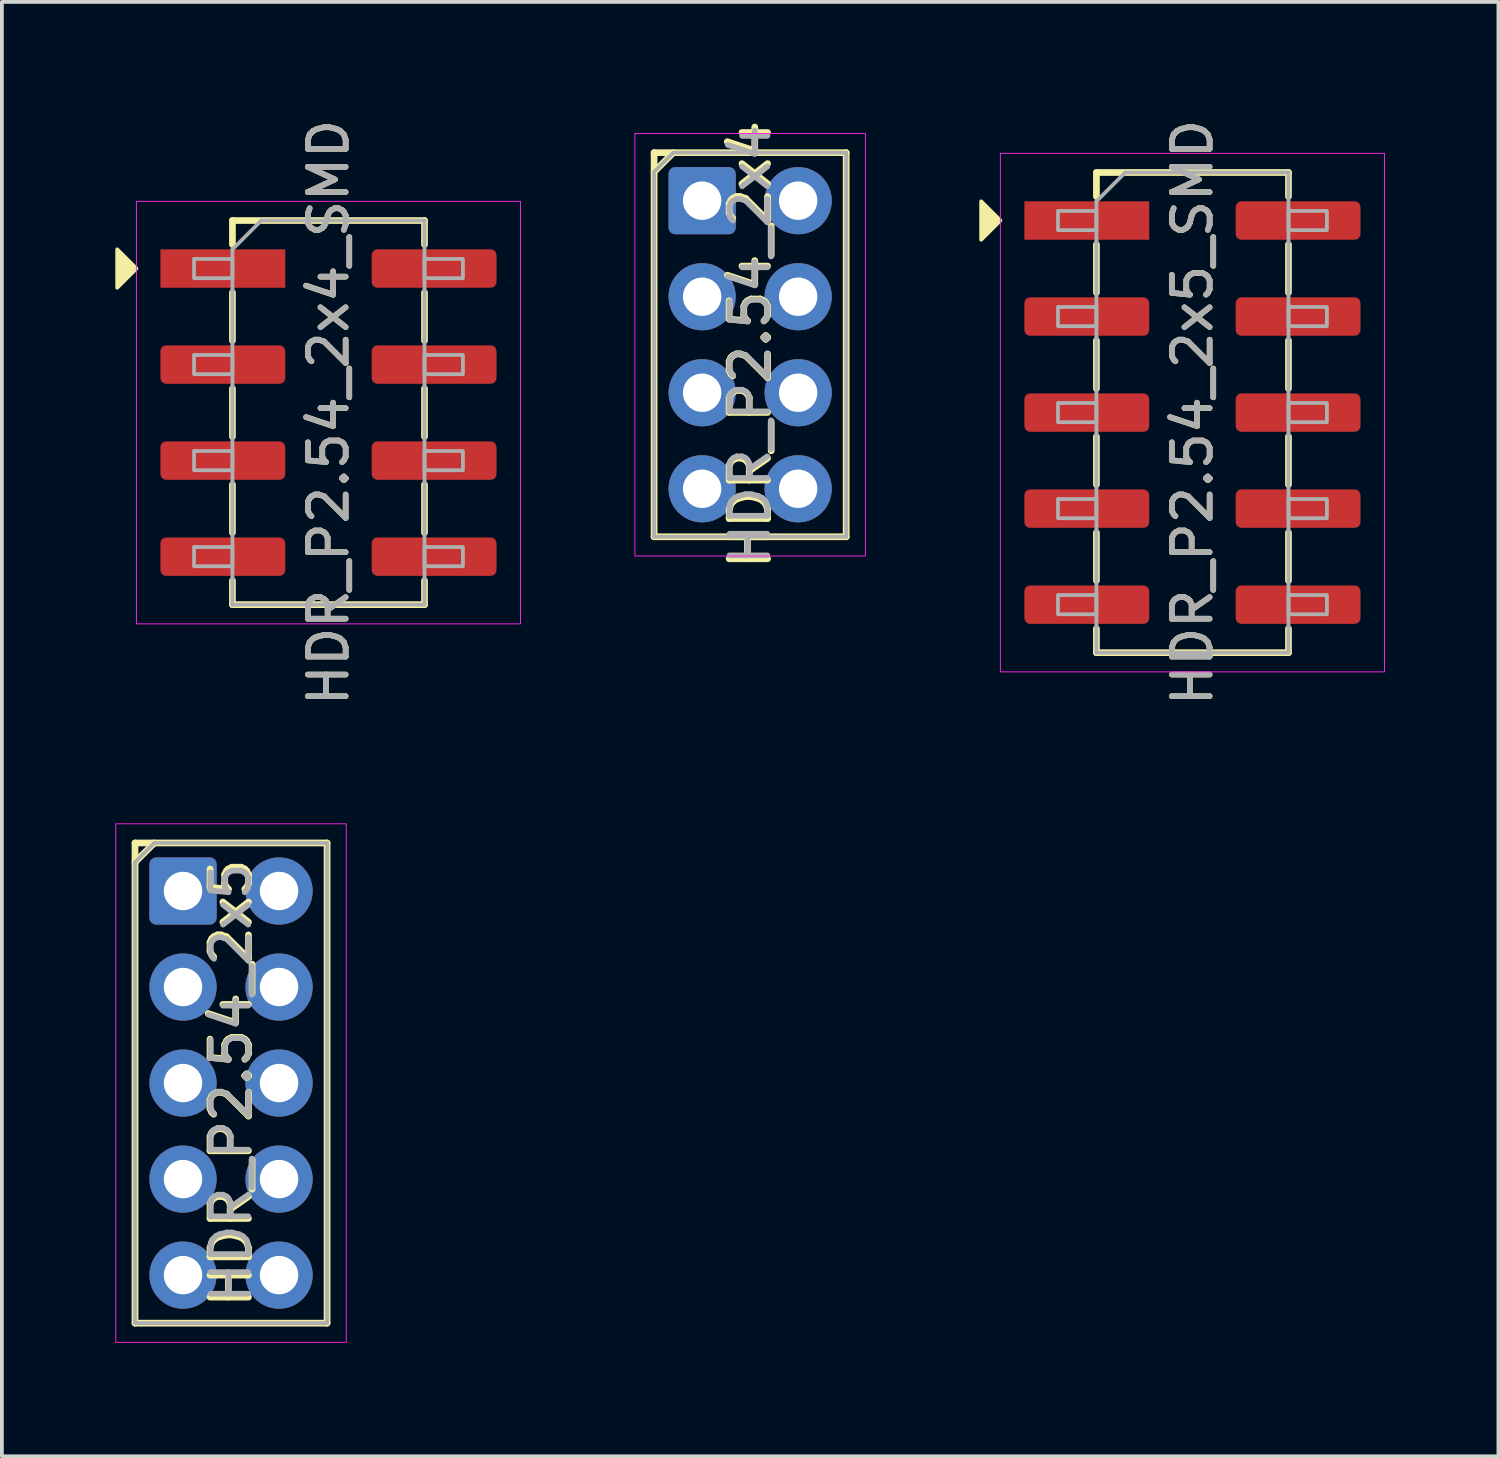
<source format=kicad_pcb>
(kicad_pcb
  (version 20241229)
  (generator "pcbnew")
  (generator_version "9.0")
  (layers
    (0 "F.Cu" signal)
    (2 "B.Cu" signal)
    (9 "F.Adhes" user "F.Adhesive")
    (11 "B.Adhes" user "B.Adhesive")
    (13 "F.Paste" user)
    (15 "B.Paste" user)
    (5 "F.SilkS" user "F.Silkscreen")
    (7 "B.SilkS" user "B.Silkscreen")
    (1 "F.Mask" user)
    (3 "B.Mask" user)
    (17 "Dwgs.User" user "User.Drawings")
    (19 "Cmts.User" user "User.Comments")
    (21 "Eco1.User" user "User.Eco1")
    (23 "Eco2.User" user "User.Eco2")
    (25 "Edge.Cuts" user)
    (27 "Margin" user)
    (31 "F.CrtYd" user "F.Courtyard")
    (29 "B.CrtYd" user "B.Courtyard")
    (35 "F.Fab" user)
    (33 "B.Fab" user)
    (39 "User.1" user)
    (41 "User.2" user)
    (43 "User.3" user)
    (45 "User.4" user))
  (footprint "HDR_P2.54_2x5_SMD"
    (layer "F.Cu")
    (at 28.49 7.863)
    (property "Reference" "HDR_P2.54_2x5_SMD" (at 0 0 90) (layer "F.SilkS") (effects (font (size 1 1) (thickness 0.15))))
    (attr smd)
    (fp_line (start -2.54 -6.35) (end -2.54 -5.715) (stroke (width 0.178) (type solid)) (layer "F.SilkS"))
    (fp_line (start -2.54 -3.175) (end -2.54 -4.445) (stroke (width 0.178) (type solid)) (layer "F.SilkS"))
    (fp_line (start -2.54 -0.635) (end -2.54 -1.905) (stroke (width 0.178) (type solid)) (layer "F.SilkS"))
    (fp_line (start -2.54 1.905) (end -2.54 0.635) (stroke (width 0.178) (type solid)) (layer "F.SilkS"))
    (fp_line (start -2.54 4.445) (end -2.54 3.175) (stroke (width 0.178) (type solid)) (layer "F.SilkS"))
    (fp_line (start -2.54 6.35) (end -2.54 5.715) (stroke (width 0.178) (type solid)) (layer "F.SilkS"))
    (fp_line (start 2.54 -6.35) (end -2.54 -6.35) (stroke (width 0.178) (type solid)) (layer "F.SilkS"))
    (fp_line (start 2.54 -5.715) (end 2.54 -6.35) (stroke (width 0.178) (type solid)) (layer "F.SilkS"))
    (fp_line (start 2.54 -3.175) (end 2.54 -4.445) (stroke (width 0.178) (type solid)) (layer "F.SilkS"))
    (fp_line (start 2.54 -0.635) (end 2.54 -1.905) (stroke (width 0.178) (type solid)) (layer "F.SilkS"))
    (fp_line (start 2.54 1.905) (end 2.54 0.635) (stroke (width 0.178) (type solid)) (layer "F.SilkS"))
    (fp_line (start 2.54 4.445) (end 2.54 3.175) (stroke (width 0.178) (type solid)) (layer "F.SilkS"))
    (fp_line (start 2.54 5.715) (end 2.54 6.35) (stroke (width 0.178) (type solid)) (layer "F.SilkS"))
    (fp_line (start 2.54 6.35) (end -2.54 6.35) (stroke (width 0.178) (type solid)) (layer "F.SilkS"))
    (fp_poly (pts (xy -5.08 -5.08) (xy -5.588 -4.572) (xy -5.588 -5.588)) (stroke (width 0.1) (type solid)) (fill yes) (layer "F.SilkS"))
    (fp_rect (start -5.08 -6.858) (end 5.08 6.858) (stroke (width 0.025) (type solid)) (fill no) (layer "F.CrtYd"))
    (fp_line (start -2.54 -5.588) (end -1.778 -6.35) (stroke (width 0.1) (type solid)) (layer "F.Fab"))
    (fp_line (start -2.54 6.35) (end -2.54 -5.588) (stroke (width 0.1) (type solid)) (layer "F.Fab"))
    (fp_line (start -1.778 -6.35) (end 2.54 -6.35) (stroke (width 0.1) (type solid)) (layer "F.Fab"))
    (fp_line (start 2.54 -6.35) (end 2.54 6.35) (stroke (width 0.1) (type solid)) (layer "F.Fab"))
    (fp_line (start 2.54 6.35) (end -2.54 6.35) (stroke (width 0.1) (type solid)) (layer "F.Fab"))
    (fp_rect (start -3.556 -5.334) (end -2.54 -4.826) (stroke (width 0.1) (type solid)) (fill no) (layer "F.Fab"))
    (fp_rect (start -3.556 -2.794) (end -2.54 -2.286) (stroke (width 0.1) (type solid)) (fill no) (layer "F.Fab"))
    (fp_rect (start -3.556 -0.254) (end -2.54 0.254) (stroke (width 0.1) (type solid)) (fill no) (layer "F.Fab"))
    (fp_rect (start -3.556 2.286) (end -2.54 2.794) (stroke (width 0.1) (type solid)) (fill no) (layer "F.Fab"))
    (fp_rect (start -3.556 4.826) (end -2.54 5.334) (stroke (width 0.1) (type solid)) (fill no) (layer "F.Fab"))
    (fp_rect (start 2.54 -5.334) (end 3.556 -4.826) (stroke (width 0.1) (type solid)) (fill no) (layer "F.Fab"))
    (fp_rect (start 2.54 -2.794) (end 3.556 -2.286) (stroke (width 0.1) (type solid)) (fill no) (layer "F.Fab"))
    (fp_rect (start 2.54 -0.254) (end 3.556 0.254) (stroke (width 0.1) (type solid)) (fill no) (layer "F.Fab"))
    (fp_rect (start 2.54 2.286) (end 3.556 2.794) (stroke (width 0.1) (type solid)) (fill no) (layer "F.Fab"))
    (fp_rect (start 2.54 4.826) (end 3.556 5.334) (stroke (width 0.1) (type solid)) (fill no) (layer "F.Fab"))
    (fp_text user "${REFERENCE}" (at 0 0 90) (layer "F.Fab") (effects (font (size 1 1) (thickness 0.15))))
    (pad "1" smd rect (at -2.794 -5.08) (size 3.302 1.016) (layers "F.Cu" "F.Mask" "F.Paste"))
    (pad "2" smd roundrect (at 2.794 -5.08) (size 3.302 1.016) (layers "F.Cu" "F.Mask" "F.Paste") (roundrect_rratio 0.15))
    (pad "3" smd roundrect (at -2.794 -2.54) (size 3.302 1.016) (layers "F.Cu" "F.Mask" "F.Paste") (roundrect_rratio 0.15))
    (pad "4" smd roundrect (at 2.794 -2.54) (size 3.302 1.016) (layers "F.Cu" "F.Mask" "F.Paste") (roundrect_rratio 0.15))
    (pad "5" smd roundrect (at -2.794 0) (size 3.302 1.016) (layers "F.Cu" "F.Mask" "F.Paste") (roundrect_rratio 0.15))
    (pad "6" smd roundrect (at 2.794 0) (size 3.302 1.016) (layers "F.Cu" "F.Mask" "F.Paste") (roundrect_rratio 0.15))
    (pad "7" smd roundrect (at -2.794 2.54) (size 3.302 1.016) (layers "F.Cu" "F.Mask" "F.Paste") (roundrect_rratio 0.15))
    (pad "8" smd roundrect (at 2.794 2.54) (size 3.302 1.016) (layers "F.Cu" "F.Mask" "F.Paste") (roundrect_rratio 0.15))
    (pad "9" smd roundrect (at -2.794 5.08) (size 3.302 1.016) (layers "F.Cu" "F.Mask" "F.Paste") (roundrect_rratio 0.15))
    (pad "10" smd roundrect (at 2.794 5.08) (size 3.302 1.016) (layers "F.Cu" "F.Mask" "F.Paste") (roundrect_rratio 0.15)))
  (footprint "HDR_P2.54_2x4"
    (layer "F.Cu")
    (at 16.791 6.068)
    (property "Reference" "HDR_P2.54_2x4" (at 0 0 90) (layer "F.SilkS") (effects (font (size 1.016 1.016) (thickness 0.178))))
    (attr through_hole)
    (fp_line (start -2.54 -5.08) (end -2.54 5.08) (stroke (width 0.178) (type solid)) (layer "F.SilkS"))
    (fp_line (start -2.54 -5.08) (end 2.54 -5.08) (stroke (width 0.178) (type solid)) (layer "F.SilkS"))
    (fp_line (start -2.54 -4.572) (end -2.032 -5.08) (stroke (width 0.178) (type solid)) (layer "F.SilkS"))
    (fp_line (start -2.54 5.08) (end 2.54 5.08) (stroke (width 0.178) (type solid)) (layer "F.SilkS"))
    (fp_line (start 2.54 -5.08) (end 2.54 5.08) (stroke (width 0.178) (type solid)) (layer "F.SilkS"))
    (fp_rect (start -3.048 -5.588) (end 3.048 5.588) (stroke (width 0.025) (type solid)) (fill no) (layer "F.CrtYd"))
    (fp_line (start -2.54 -4.572) (end -2.032 -5.08) (stroke (width 0.1) (type solid)) (layer "F.Fab"))
    (fp_line (start -2.54 5.08) (end -2.54 -4.572) (stroke (width 0.1) (type solid)) (layer "F.Fab"))
    (fp_line (start -2.032 -5.08) (end 2.54 -5.08) (stroke (width 0.1) (type solid)) (layer "F.Fab"))
    (fp_line (start 2.54 -5.08) (end 2.54 5.08) (stroke (width 0.1) (type solid)) (layer "F.Fab"))
    (fp_line (start 2.54 5.08) (end -2.54 5.08) (stroke (width 0.1) (type solid)) (layer "F.Fab"))
    (fp_text user "${REFERENCE}" (at 0 0 90) (layer "F.Fab") (effects (font (size 1 1) (thickness 0.15))))
    (pad "1" thru_hole roundrect (at -1.27 -3.81) (size 1.778 1.778) (drill 1.016) (layers "*.Cu" "*.Mask") (roundrect_rratio 0.1))
    (pad "2" thru_hole oval (at 1.27 -3.81) (size 1.778 1.778) (drill 1.016) (layers "*.Cu" "*.Mask"))
    (pad "3" thru_hole oval (at -1.27 -1.27) (size 1.778 1.778) (drill 1.016) (layers "*.Cu" "*.Mask"))
    (pad "4" thru_hole oval (at 1.27 -1.27) (size 1.778 1.778) (drill 1.016) (layers "*.Cu" "*.Mask"))
    (pad "5" thru_hole oval (at -1.27 1.27) (size 1.778 1.778) (drill 1.016) (layers "*.Cu" "*.Mask"))
    (pad "6" thru_hole oval (at 1.27 1.27) (size 1.778 1.778) (drill 1.016) (layers "*.Cu" "*.Mask"))
    (pad "7" thru_hole oval (at -1.27 3.81) (size 1.778 1.778) (drill 1.016) (layers "*.Cu" "*.Mask"))
    (pad "8" thru_hole oval (at 1.27 3.81) (size 1.778 1.778) (drill 1.016) (layers "*.Cu" "*.Mask")))
  (footprint "HDR_P2.54_2x5"
    (layer "F.Cu")
    (at 3.061 25.597)
    (property "Reference" "HDR_P2.54_2x5" (at 0 0 90) (layer "F.SilkS") (effects (font (size 1.016 1.016) (thickness 0.178))))
    (attr through_hole)
    (fp_line (start -2.54 -6.35) (end -2.54 6.35) (stroke (width 0.178) (type solid)) (layer "F.SilkS"))
    (fp_line (start -2.54 -6.35) (end 2.54 -6.35) (stroke (width 0.178) (type solid)) (layer "F.SilkS"))
    (fp_line (start -2.54 -5.842) (end -2.032 -6.35) (stroke (width 0.178) (type solid)) (layer "F.SilkS"))
    (fp_line (start -2.54 6.35) (end 2.54 6.35) (stroke (width 0.178) (type solid)) (layer "F.SilkS"))
    (fp_line (start 2.54 -6.35) (end 2.54 6.35) (stroke (width 0.178) (type solid)) (layer "F.SilkS"))
    (fp_rect (start -3.048 -6.858) (end 3.048 6.858) (stroke (width 0.025) (type solid)) (fill no) (layer "F.CrtYd"))
    (fp_line (start -2.54 -5.842) (end -2.032 -6.35) (stroke (width 0.1) (type solid)) (layer "F.Fab"))
    (fp_line (start -2.54 6.35) (end -2.54 -5.842) (stroke (width 0.1) (type solid)) (layer "F.Fab"))
    (fp_line (start -2.032 -6.35) (end 2.54 -6.35) (stroke (width 0.1) (type solid)) (layer "F.Fab"))
    (fp_line (start 2.54 -6.35) (end 2.54 6.35) (stroke (width 0.1) (type solid)) (layer "F.Fab"))
    (fp_line (start 2.54 6.35) (end -2.54 6.35) (stroke (width 0.1) (type solid)) (layer "F.Fab"))
    (fp_text user "${REFERENCE}" (at 0 0 90) (layer "F.Fab") (effects (font (size 1 1) (thickness 0.15))))
    (pad "1" thru_hole roundrect (at -1.27 -5.08) (size 1.778 1.778) (drill 1.016) (layers "*.Cu" "*.Mask") (roundrect_rratio 0.1))
    (pad "2" thru_hole oval (at 1.27 -5.08) (size 1.778 1.778) (drill 1.016) (layers "*.Cu" "*.Mask"))
    (pad "3" thru_hole oval (at -1.27 -2.54) (size 1.778 1.778) (drill 1.016) (layers "*.Cu" "*.Mask"))
    (pad "4" thru_hole oval (at 1.27 -2.54) (size 1.778 1.778) (drill 1.016) (layers "*.Cu" "*.Mask"))
    (pad "5" thru_hole oval (at -1.27 0) (size 1.778 1.778) (drill 1.016) (layers "*.Cu" "*.Mask"))
    (pad "6" thru_hole oval (at 1.27 0) (size 1.778 1.778) (drill 1.016) (layers "*.Cu" "*.Mask"))
    (pad "7" thru_hole oval (at -1.27 2.54) (size 1.778 1.778) (drill 1.016) (layers "*.Cu" "*.Mask"))
    (pad "8" thru_hole oval (at 1.27 2.54) (size 1.778 1.778) (drill 1.016) (layers "*.Cu" "*.Mask"))
    (pad "9" thru_hole oval (at -1.27 5.08) (size 1.778 1.778) (drill 1.016) (layers "*.Cu" "*.Mask"))
    (pad "10" thru_hole oval (at 1.27 5.08) (size 1.778 1.778) (drill 1.016) (layers "*.Cu" "*.Mask")))
  (footprint "HDR_P2.54_2x4_SMD"
    (layer "F.Cu")
    (at 5.638 7.863)
    (property "Reference" "HDR_P2.54_2x4_SMD" (at 0 0 90) (layer "F.SilkS") (effects (font (size 1 1) (thickness 0.15))))
    (attr smd)
    (fp_line (start -2.54 -5.08) (end -2.54 -4.445) (stroke (width 0.178) (type solid)) (layer "F.SilkS"))
    (fp_line (start -2.54 -1.905) (end -2.54 -3.175) (stroke (width 0.178) (type solid)) (layer "F.SilkS"))
    (fp_line (start -2.54 0.635) (end -2.54 -0.635) (stroke (width 0.178) (type solid)) (layer "F.SilkS"))
    (fp_line (start -2.54 3.175) (end -2.54 1.905) (stroke (width 0.178) (type solid)) (layer "F.SilkS"))
    (fp_line (start -2.54 5.08) (end -2.54 4.445) (stroke (width 0.178) (type solid)) (layer "F.SilkS"))
    (fp_line (start 2.54 -5.08) (end -2.54 -5.08) (stroke (width 0.178) (type solid)) (layer "F.SilkS"))
    (fp_line (start 2.54 -4.445) (end 2.54 -5.08) (stroke (width 0.178) (type solid)) (layer "F.SilkS"))
    (fp_line (start 2.54 -1.905) (end 2.54 -3.175) (stroke (width 0.178) (type solid)) (layer "F.SilkS"))
    (fp_line (start 2.54 0.635) (end 2.54 -0.635) (stroke (width 0.178) (type solid)) (layer "F.SilkS"))
    (fp_line (start 2.54 3.175) (end 2.54 1.905) (stroke (width 0.178) (type solid)) (layer "F.SilkS"))
    (fp_line (start 2.54 4.445) (end 2.54 5.08) (stroke (width 0.178) (type solid)) (layer "F.SilkS"))
    (fp_line (start 2.54 5.08) (end -2.54 5.08) (stroke (width 0.178) (type solid)) (layer "F.SilkS"))
    (fp_poly (pts (xy -5.08 -3.81) (xy -5.588 -3.302) (xy -5.588 -4.318)) (stroke (width 0.1) (type solid)) (fill yes) (layer "F.SilkS"))
    (fp_rect (start -5.08 -5.588) (end 5.08 5.588) (stroke (width 0.025) (type solid)) (fill no) (layer "F.CrtYd"))
    (fp_line (start -2.54 -4.318) (end -1.778 -5.08) (stroke (width 0.1) (type solid)) (layer "F.Fab"))
    (fp_line (start -2.54 5.08) (end -2.54 -4.318) (stroke (width 0.1) (type solid)) (layer "F.Fab"))
    (fp_line (start -1.778 -5.08) (end 2.54 -5.08) (stroke (width 0.1) (type solid)) (layer "F.Fab"))
    (fp_line (start 2.54 -5.08) (end 2.54 5.08) (stroke (width 0.1) (type solid)) (layer "F.Fab"))
    (fp_line (start 2.54 5.08) (end -2.54 5.08) (stroke (width 0.1) (type solid)) (layer "F.Fab"))
    (fp_rect (start -3.556 -4.064) (end -2.54 -3.556) (stroke (width 0.1) (type solid)) (fill no) (layer "F.Fab"))
    (fp_rect (start -3.556 -1.524) (end -2.54 -1.016) (stroke (width 0.1) (type solid)) (fill no) (layer "F.Fab"))
    (fp_rect (start -3.556 1.016) (end -2.54 1.524) (stroke (width 0.1) (type solid)) (fill no) (layer "F.Fab"))
    (fp_rect (start -3.556 3.556) (end -2.54 4.064) (stroke (width 0.1) (type solid)) (fill no) (layer "F.Fab"))
    (fp_rect (start 2.54 -4.064) (end 3.556 -3.556) (stroke (width 0.1) (type solid)) (fill no) (layer "F.Fab"))
    (fp_rect (start 2.54 -1.524) (end 3.556 -1.016) (stroke (width 0.1) (type solid)) (fill no) (layer "F.Fab"))
    (fp_rect (start 2.54 1.016) (end 3.556 1.524) (stroke (width 0.1) (type solid)) (fill no) (layer "F.Fab"))
    (fp_rect (start 2.54 3.556) (end 3.556 4.064) (stroke (width 0.1) (type solid)) (fill no) (layer "F.Fab"))
    (fp_text user "${REFERENCE}" (at 0 0 90) (layer "F.Fab") (effects (font (size 1 1) (thickness 0.15))))
    (pad "1" smd rect (at -2.794 -3.81) (size 3.302 1.016) (layers "F.Cu" "F.Mask" "F.Paste"))
    (pad "2" smd roundrect (at 2.794 -3.81) (size 3.302 1.016) (layers "F.Cu" "F.Mask" "F.Paste") (roundrect_rratio 0.15))
    (pad "3" smd roundrect (at -2.794 -1.27) (size 3.302 1.016) (layers "F.Cu" "F.Mask" "F.Paste") (roundrect_rratio 0.15))
    (pad "4" smd roundrect (at 2.794 -1.27) (size 3.302 1.016) (layers "F.Cu" "F.Mask" "F.Paste") (roundrect_rratio 0.15))
    (pad "5" smd roundrect (at -2.794 1.27) (size 3.302 1.016) (layers "F.Cu" "F.Mask" "F.Paste") (roundrect_rratio 0.15))
    (pad "6" smd roundrect (at 2.794 1.27) (size 3.302 1.016) (layers "F.Cu" "F.Mask" "F.Paste") (roundrect_rratio 0.15))
    (pad "7" smd roundrect (at -2.794 3.81) (size 3.302 1.016) (layers "F.Cu" "F.Mask" "F.Paste") (roundrect_rratio 0.15))
    (pad "8" smd roundrect (at 2.794 3.81) (size 3.302 1.016) (layers "F.Cu" "F.Mask" "F.Paste") (roundrect_rratio 0.15)))
  (gr_rect
    (start -3 -3)
    (end 36.583 35.468)
    (stroke (width 0.1) (type default))
    (fill no)
    (layer "Edge.Cuts")))
</source>
